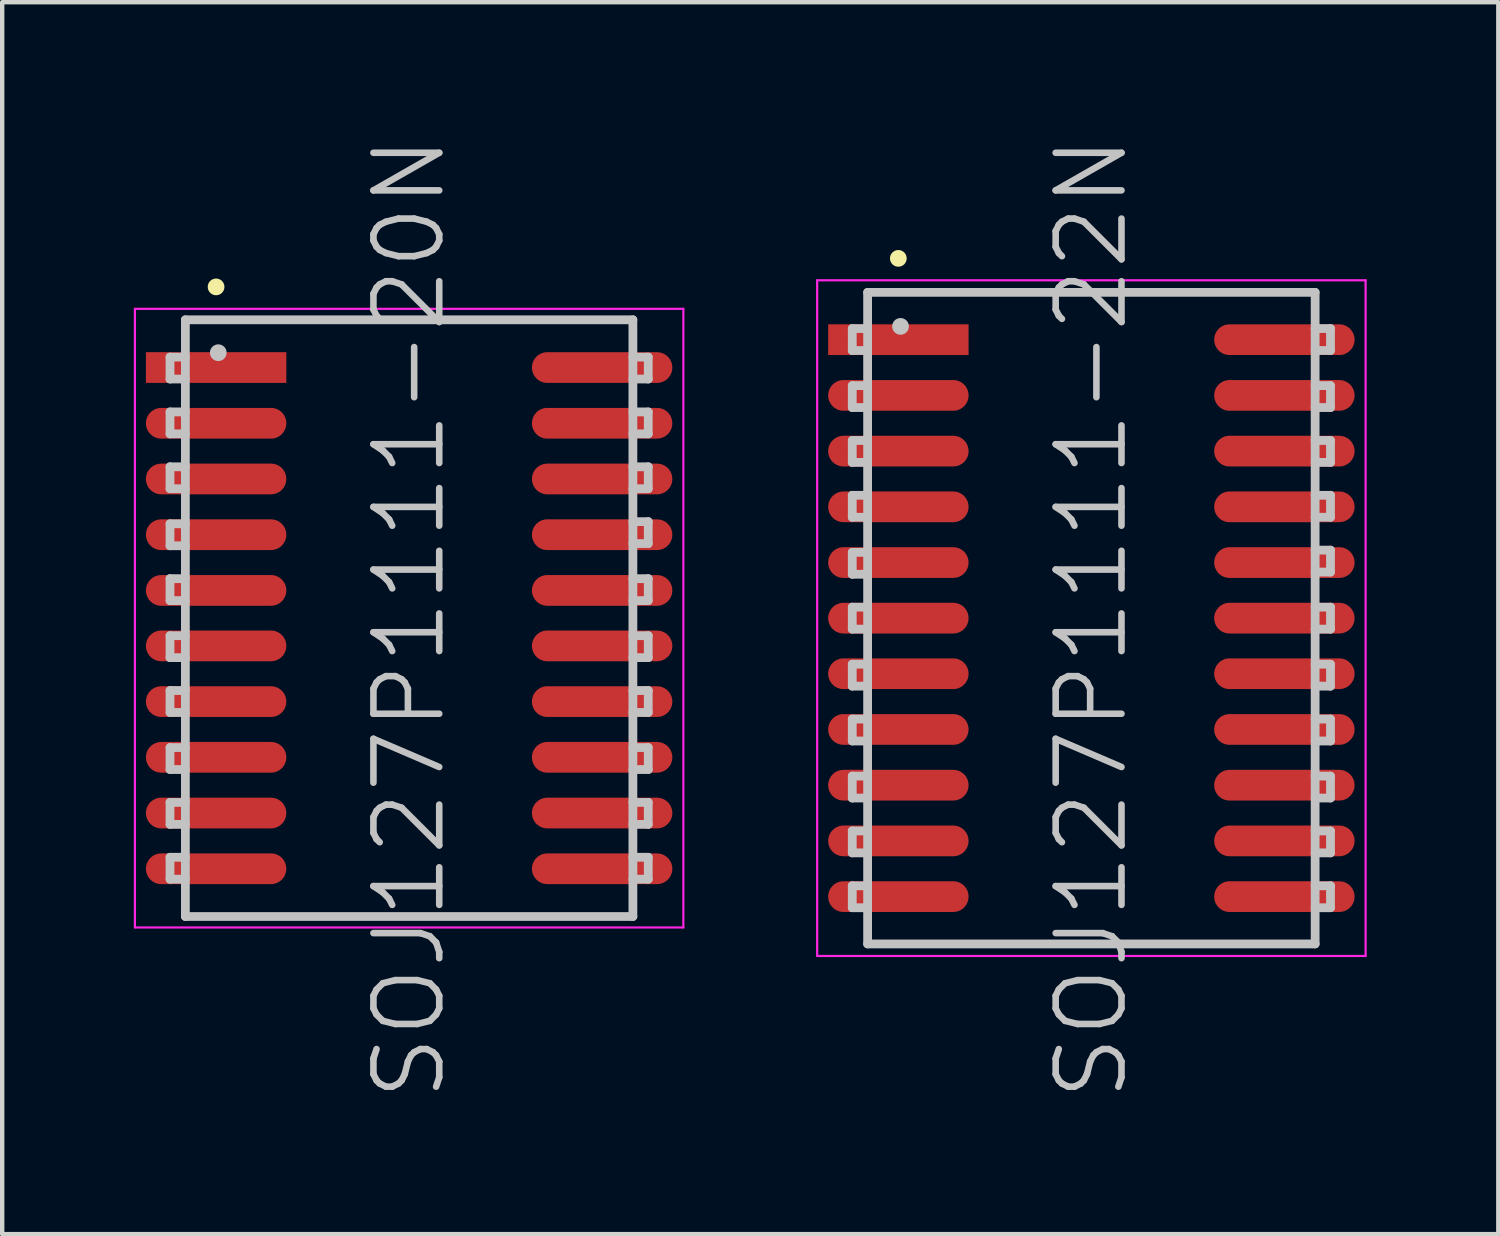
<source format=kicad_pcb>
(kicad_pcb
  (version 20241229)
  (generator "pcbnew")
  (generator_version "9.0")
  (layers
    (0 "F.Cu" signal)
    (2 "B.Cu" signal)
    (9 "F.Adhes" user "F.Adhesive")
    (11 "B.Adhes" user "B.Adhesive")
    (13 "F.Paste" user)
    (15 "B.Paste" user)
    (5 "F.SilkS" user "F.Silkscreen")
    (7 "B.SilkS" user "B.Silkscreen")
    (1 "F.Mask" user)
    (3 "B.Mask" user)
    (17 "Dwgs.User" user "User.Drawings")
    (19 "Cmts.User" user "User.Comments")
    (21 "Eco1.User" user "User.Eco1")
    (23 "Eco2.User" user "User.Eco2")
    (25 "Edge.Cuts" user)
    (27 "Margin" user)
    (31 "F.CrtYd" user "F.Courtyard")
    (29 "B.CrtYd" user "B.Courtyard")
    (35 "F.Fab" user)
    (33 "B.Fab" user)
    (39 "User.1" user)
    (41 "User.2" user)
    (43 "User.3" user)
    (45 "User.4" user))
  (footprint "SOJ127P1111-20N"
    (layer "F.Cu")
    (at 6.275 11.039)
    (property "Reference" "SOJ127P1111-20N" (at 0 0 90) (layer "Dwgs.User") (effects (font (size 1.5 1.5) (thickness 0.15))))
    (attr smd)
    (fp_line (start -4.4 -7.55) (end -4.4 -7.55) (stroke (width 0.381) (type solid)) (layer "F.SilkS"))
    (fp_line (start -5.45 -5.95) (end -5.45 -5.45) (stroke (width 0.2) (type solid)) (layer "Dwgs.User"))
    (fp_line (start -5.45 -5.45) (end -5.1 -5.45) (stroke (width 0.2) (type solid)) (layer "Dwgs.User"))
    (fp_line (start -5.45 -4.7) (end -5.45 -4.2) (stroke (width 0.2) (type solid)) (layer "Dwgs.User"))
    (fp_line (start -5.45 -4.2) (end -5.1 -4.2) (stroke (width 0.2) (type solid)) (layer "Dwgs.User"))
    (fp_line (start -5.45 -3.45) (end -5.45 -2.95) (stroke (width 0.2) (type solid)) (layer "Dwgs.User"))
    (fp_line (start -5.45 -2.95) (end -5.1 -2.95) (stroke (width 0.2) (type solid)) (layer "Dwgs.User"))
    (fp_line (start -5.45 -2.15) (end -5.45 -1.65) (stroke (width 0.2) (type solid)) (layer "Dwgs.User"))
    (fp_line (start -5.45 -1.65) (end -5.1 -1.65) (stroke (width 0.2) (type solid)) (layer "Dwgs.User"))
    (fp_line (start -5.45 -0.9) (end -5.45 -0.4) (stroke (width 0.2) (type solid)) (layer "Dwgs.User"))
    (fp_line (start -5.45 -0.4) (end -5.1 -0.4) (stroke (width 0.2) (type solid)) (layer "Dwgs.User"))
    (fp_line (start -5.45 0.4) (end -5.45 0.9) (stroke (width 0.2) (type solid)) (layer "Dwgs.User"))
    (fp_line (start -5.45 0.9) (end -5.1 0.9) (stroke (width 0.2) (type solid)) (layer "Dwgs.User"))
    (fp_line (start -5.45 1.65) (end -5.45 2.15) (stroke (width 0.2) (type solid)) (layer "Dwgs.User"))
    (fp_line (start -5.45 2.15) (end -5.1 2.15) (stroke (width 0.2) (type solid)) (layer "Dwgs.User"))
    (fp_line (start -5.45 2.95) (end -5.45 3.45) (stroke (width 0.2) (type solid)) (layer "Dwgs.User"))
    (fp_line (start -5.45 3.45) (end -5.1 3.45) (stroke (width 0.2) (type solid)) (layer "Dwgs.User"))
    (fp_line (start -5.45 4.2) (end -5.45 4.7) (stroke (width 0.2) (type solid)) (layer "Dwgs.User"))
    (fp_line (start -5.45 4.7) (end -5.1 4.7) (stroke (width 0.2) (type solid)) (layer "Dwgs.User"))
    (fp_line (start -5.45 5.45) (end -5.45 5.95) (stroke (width 0.2) (type solid)) (layer "Dwgs.User"))
    (fp_line (start -5.45 5.95) (end -5.1 5.95) (stroke (width 0.2) (type solid)) (layer "Dwgs.User"))
    (fp_line (start -5.1 -6.8) (end -5.1 6.8) (stroke (width 0.2) (type solid)) (layer "Dwgs.User"))
    (fp_line (start -5.1 -6.8) (end 5.1 -6.8) (stroke (width 0.2) (type solid)) (layer "Dwgs.User"))
    (fp_line (start -5.1 -5.95) (end -5.45 -5.95) (stroke (width 0.2) (type solid)) (layer "Dwgs.User"))
    (fp_line (start -5.1 -4.7) (end -5.45 -4.7) (stroke (width 0.2) (type solid)) (layer "Dwgs.User"))
    (fp_line (start -5.1 -3.45) (end -5.45 -3.45) (stroke (width 0.2) (type solid)) (layer "Dwgs.User"))
    (fp_line (start -5.1 -2.15) (end -5.45 -2.15) (stroke (width 0.2) (type solid)) (layer "Dwgs.User"))
    (fp_line (start -5.1 -0.9) (end -5.45 -0.9) (stroke (width 0.2) (type solid)) (layer "Dwgs.User"))
    (fp_line (start -5.1 0.4) (end -5.45 0.4) (stroke (width 0.2) (type solid)) (layer "Dwgs.User"))
    (fp_line (start -5.1 1.65) (end -5.45 1.65) (stroke (width 0.2) (type solid)) (layer "Dwgs.User"))
    (fp_line (start -5.1 2.95) (end -5.45 2.95) (stroke (width 0.2) (type solid)) (layer "Dwgs.User"))
    (fp_line (start -5.1 4.2) (end -5.45 4.2) (stroke (width 0.2) (type solid)) (layer "Dwgs.User"))
    (fp_line (start -5.1 5.45) (end -5.45 5.45) (stroke (width 0.2) (type solid)) (layer "Dwgs.User"))
    (fp_line (start -5.1 6.8) (end 5.1 6.8) (stroke (width 0.2) (type solid)) (layer "Dwgs.User"))
    (fp_line (start -4.35 -6.05) (end -4.35 -6.05) (stroke (width 0.381) (type solid)) (layer "Dwgs.User"))
    (fp_line (start 5.1 -6.8) (end 5.1 6.8) (stroke (width 0.2) (type solid)) (layer "Dwgs.User"))
    (fp_line (start 5.1 -5.95) (end 5.45 -5.95) (stroke (width 0.2) (type solid)) (layer "Dwgs.User"))
    (fp_line (start 5.1 -4.7) (end 5.45 -4.7) (stroke (width 0.2) (type solid)) (layer "Dwgs.User"))
    (fp_line (start 5.1 -3.45) (end 5.45 -3.45) (stroke (width 0.2) (type solid)) (layer "Dwgs.User"))
    (fp_line (start 5.1 -2.2) (end 5.45 -2.2) (stroke (width 0.2) (type solid)) (layer "Dwgs.User"))
    (fp_line (start 5.1 -0.9) (end 5.45 -0.9) (stroke (width 0.2) (type solid)) (layer "Dwgs.User"))
    (fp_line (start 5.1 0.4) (end 5.45 0.4) (stroke (width 0.2) (type solid)) (layer "Dwgs.User"))
    (fp_line (start 5.1 1.65) (end 5.45 1.65) (stroke (width 0.2) (type solid)) (layer "Dwgs.User"))
    (fp_line (start 5.1 2.95) (end 5.45 2.95) (stroke (width 0.2) (type solid)) (layer "Dwgs.User"))
    (fp_line (start 5.1 4.2) (end 5.45 4.2) (stroke (width 0.2) (type solid)) (layer "Dwgs.User"))
    (fp_line (start 5.1 5.45) (end 5.45 5.45) (stroke (width 0.2) (type solid)) (layer "Dwgs.User"))
    (fp_line (start 5.45 -5.95) (end 5.45 -5.45) (stroke (width 0.2) (type solid)) (layer "Dwgs.User"))
    (fp_line (start 5.45 -5.45) (end 5.1 -5.45) (stroke (width 0.2) (type solid)) (layer "Dwgs.User"))
    (fp_line (start 5.45 -4.7) (end 5.45 -4.2) (stroke (width 0.2) (type solid)) (layer "Dwgs.User"))
    (fp_line (start 5.45 -4.2) (end 5.1 -4.2) (stroke (width 0.2) (type solid)) (layer "Dwgs.User"))
    (fp_line (start 5.45 -3.45) (end 5.45 -2.95) (stroke (width 0.2) (type solid)) (layer "Dwgs.User"))
    (fp_line (start 5.45 -2.95) (end 5.1 -2.95) (stroke (width 0.2) (type solid)) (layer "Dwgs.User"))
    (fp_line (start 5.45 -2.2) (end 5.45 -1.7) (stroke (width 0.2) (type solid)) (layer "Dwgs.User"))
    (fp_line (start 5.45 -1.7) (end 5.1 -1.7) (stroke (width 0.2) (type solid)) (layer "Dwgs.User"))
    (fp_line (start 5.45 -0.9) (end 5.45 -0.4) (stroke (width 0.2) (type solid)) (layer "Dwgs.User"))
    (fp_line (start 5.45 -0.4) (end 5.1 -0.4) (stroke (width 0.2) (type solid)) (layer "Dwgs.User"))
    (fp_line (start 5.45 0.4) (end 5.45 0.9) (stroke (width 0.2) (type solid)) (layer "Dwgs.User"))
    (fp_line (start 5.45 0.9) (end 5.1 0.9) (stroke (width 0.2) (type solid)) (layer "Dwgs.User"))
    (fp_line (start 5.45 1.65) (end 5.45 2.15) (stroke (width 0.2) (type solid)) (layer "Dwgs.User"))
    (fp_line (start 5.45 2.15) (end 5.1 2.15) (stroke (width 0.2) (type solid)) (layer "Dwgs.User"))
    (fp_line (start 5.45 2.95) (end 5.45 3.45) (stroke (width 0.2) (type solid)) (layer "Dwgs.User"))
    (fp_line (start 5.45 3.45) (end 5.1 3.45) (stroke (width 0.2) (type solid)) (layer "Dwgs.User"))
    (fp_line (start 5.45 4.2) (end 5.45 4.7) (stroke (width 0.2) (type solid)) (layer "Dwgs.User"))
    (fp_line (start 5.45 4.7) (end 5.1 4.7) (stroke (width 0.2) (type solid)) (layer "Dwgs.User"))
    (fp_line (start 5.45 5.45) (end 5.45 5.95) (stroke (width 0.2) (type solid)) (layer "Dwgs.User"))
    (fp_line (start 5.45 5.95) (end 5.1 5.95) (stroke (width 0.2) (type solid)) (layer "Dwgs.User"))
    (fp_line (start -6.25 -7.05) (end -6.25 7.05) (stroke (width 0.05) (type solid)) (layer "F.CrtYd"))
    (fp_line (start -6.25 -7.05) (end 6.25 -7.05) (stroke (width 0.05) (type solid)) (layer "F.CrtYd"))
    (fp_line (start -6.25 7.05) (end 6.25 7.05) (stroke (width 0.05) (type solid)) (layer "F.CrtYd"))
    (fp_line (start 6.25 -7.05) (end 6.25 7.05) (stroke (width 0.05) (type solid)) (layer "F.CrtYd"))
    (pad "1" smd rect (at -4.399 -5.712 90) (size 0.7 3.2) (layers "F.Cu" "F.Mask" "F.Paste"))
    (pad "2" smd oval (at -4.399 -4.442 90) (size 0.7 3.2) (layers "F.Cu" "F.Mask" "F.Paste"))
    (pad "3" smd oval (at -4.399 -3.172 90) (size 0.7 3.2) (layers "F.Cu" "F.Mask" "F.Paste"))
    (pad "4" smd oval (at -4.399 -1.902 90) (size 0.7 3.2) (layers "F.Cu" "F.Mask" "F.Paste"))
    (pad "5" smd oval (at -4.399 -0.632 90) (size 0.7 3.2) (layers "F.Cu" "F.Mask" "F.Paste"))
    (pad "6" smd oval (at -4.399 0.632 90) (size 0.7 3.2) (layers "F.Cu" "F.Mask" "F.Paste"))
    (pad "7" smd oval (at -4.399 1.902 90) (size 0.7 3.2) (layers "F.Cu" "F.Mask" "F.Paste"))
    (pad "8" smd oval (at -4.399 3.172 90) (size 0.7 3.2) (layers "F.Cu" "F.Mask" "F.Paste"))
    (pad "9" smd oval (at -4.399 4.442 90) (size 0.7 3.2) (layers "F.Cu" "F.Mask" "F.Paste"))
    (pad "10" smd oval (at -4.399 5.712 90) (size 0.7 3.2) (layers "F.Cu" "F.Mask" "F.Paste"))
    (pad "11" smd oval (at 4.399 5.712 270) (size 0.7 3.2) (layers "F.Cu" "F.Mask" "F.Paste"))
    (pad "12" smd oval (at 4.399 4.442 270) (size 0.7 3.2) (layers "F.Cu" "F.Mask" "F.Paste"))
    (pad "13" smd oval (at 4.399 3.172 270) (size 0.7 3.2) (layers "F.Cu" "F.Mask" "F.Paste"))
    (pad "14" smd oval (at 4.399 1.902 270) (size 0.7 3.2) (layers "F.Cu" "F.Mask" "F.Paste"))
    (pad "15" smd oval (at 4.399 0.632 270) (size 0.7 3.2) (layers "F.Cu" "F.Mask" "F.Paste"))
    (pad "16" smd oval (at 4.399 -0.632 270) (size 0.7 3.2) (layers "F.Cu" "F.Mask" "F.Paste"))
    (pad "17" smd oval (at 4.399 -1.902 270) (size 0.7 3.2) (layers "F.Cu" "F.Mask" "F.Paste"))
    (pad "18" smd oval (at 4.399 -3.172 270) (size 0.7 3.2) (layers "F.Cu" "F.Mask" "F.Paste"))
    (pad "19" smd oval (at 4.399 -4.442 270) (size 0.7 3.2) (layers "F.Cu" "F.Mask" "F.Paste"))
    (pad "20" smd oval (at 4.399 -5.712 270) (size 0.7 3.2) (layers "F.Cu" "F.Mask" "F.Paste")))
  (footprint "SOJ127P1111-22N"
    (layer "F.Cu")
    (at 21.825 11.039)
    (property "Reference" "SOJ127P1111-22N" (at 0 0 90) (layer "Dwgs.User") (effects (font (size 1.5 1.5) (thickness 0.15))))
    (attr smd)
    (fp_line (start -4.4 -8.2) (end -4.4 -8.2) (stroke (width 0.381) (type solid)) (layer "F.SilkS"))
    (fp_line (start -5.45 -6.6) (end -5.45 -6.1) (stroke (width 0.2) (type solid)) (layer "Dwgs.User"))
    (fp_line (start -5.45 -6.1) (end -5.1 -6.1) (stroke (width 0.2) (type solid)) (layer "Dwgs.User"))
    (fp_line (start -5.45 -5.3) (end -5.45 -4.8) (stroke (width 0.2) (type solid)) (layer "Dwgs.User"))
    (fp_line (start -5.45 -4.8) (end -5.1 -4.8) (stroke (width 0.2) (type solid)) (layer "Dwgs.User"))
    (fp_line (start -5.45 -4.05) (end -5.45 -3.55) (stroke (width 0.2) (type solid)) (layer "Dwgs.User"))
    (fp_line (start -5.45 -3.55) (end -5.1 -3.55) (stroke (width 0.2) (type solid)) (layer "Dwgs.User"))
    (fp_line (start -5.45 -2.8) (end -5.45 -2.3) (stroke (width 0.2) (type solid)) (layer "Dwgs.User"))
    (fp_line (start -5.45 -2.3) (end -5.1 -2.3) (stroke (width 0.2) (type solid)) (layer "Dwgs.User"))
    (fp_line (start -5.45 -1.5) (end -5.45 -1) (stroke (width 0.2) (type solid)) (layer "Dwgs.User"))
    (fp_line (start -5.45 -1) (end -5.1 -1) (stroke (width 0.2) (type solid)) (layer "Dwgs.User"))
    (fp_line (start -5.45 -0.25) (end -5.45 0.25) (stroke (width 0.2) (type solid)) (layer "Dwgs.User"))
    (fp_line (start -5.45 0.25) (end -5.1 0.25) (stroke (width 0.2) (type solid)) (layer "Dwgs.User"))
    (fp_line (start -5.45 1.05) (end -5.45 1.55) (stroke (width 0.2) (type solid)) (layer "Dwgs.User"))
    (fp_line (start -5.45 1.55) (end -5.1 1.55) (stroke (width 0.2) (type solid)) (layer "Dwgs.User"))
    (fp_line (start -5.45 2.3) (end -5.45 2.8) (stroke (width 0.2) (type solid)) (layer "Dwgs.User"))
    (fp_line (start -5.45 2.8) (end -5.1 2.8) (stroke (width 0.2) (type solid)) (layer "Dwgs.User"))
    (fp_line (start -5.45 3.6) (end -5.45 4.1) (stroke (width 0.2) (type solid)) (layer "Dwgs.User"))
    (fp_line (start -5.45 4.1) (end -5.1 4.1) (stroke (width 0.2) (type solid)) (layer "Dwgs.User"))
    (fp_line (start -5.45 4.85) (end -5.45 5.35) (stroke (width 0.2) (type solid)) (layer "Dwgs.User"))
    (fp_line (start -5.45 5.35) (end -5.1 5.35) (stroke (width 0.2) (type solid)) (layer "Dwgs.User"))
    (fp_line (start -5.45 6.1) (end -5.45 6.6) (stroke (width 0.2) (type solid)) (layer "Dwgs.User"))
    (fp_line (start -5.45 6.6) (end -5.1 6.6) (stroke (width 0.2) (type solid)) (layer "Dwgs.User"))
    (fp_line (start -5.1 -7.425) (end -5.1 7.425) (stroke (width 0.2) (type solid)) (layer "Dwgs.User"))
    (fp_line (start -5.1 -7.425) (end 5.1 -7.425) (stroke (width 0.2) (type solid)) (layer "Dwgs.User"))
    (fp_line (start -5.1 -6.6) (end -5.45 -6.6) (stroke (width 0.2) (type solid)) (layer "Dwgs.User"))
    (fp_line (start -5.1 -5.3) (end -5.45 -5.3) (stroke (width 0.2) (type solid)) (layer "Dwgs.User"))
    (fp_line (start -5.1 -4.05) (end -5.45 -4.05) (stroke (width 0.2) (type solid)) (layer "Dwgs.User"))
    (fp_line (start -5.1 -2.8) (end -5.45 -2.8) (stroke (width 0.2) (type solid)) (layer "Dwgs.User"))
    (fp_line (start -5.1 -1.5) (end -5.45 -1.5) (stroke (width 0.2) (type solid)) (layer "Dwgs.User"))
    (fp_line (start -5.1 -0.25) (end -5.45 -0.25) (stroke (width 0.2) (type solid)) (layer "Dwgs.User"))
    (fp_line (start -5.1 1.05) (end -5.45 1.05) (stroke (width 0.2) (type solid)) (layer "Dwgs.User"))
    (fp_line (start -5.1 2.3) (end -5.45 2.3) (stroke (width 0.2) (type solid)) (layer "Dwgs.User"))
    (fp_line (start -5.1 3.6) (end -5.45 3.6) (stroke (width 0.2) (type solid)) (layer "Dwgs.User"))
    (fp_line (start -5.1 4.85) (end -5.45 4.85) (stroke (width 0.2) (type solid)) (layer "Dwgs.User"))
    (fp_line (start -5.1 6.1) (end -5.45 6.1) (stroke (width 0.2) (type solid)) (layer "Dwgs.User"))
    (fp_line (start -5.1 7.425) (end 5.1 7.425) (stroke (width 0.2) (type solid)) (layer "Dwgs.User"))
    (fp_line (start -4.35 -6.65) (end -4.35 -6.65) (stroke (width 0.381) (type solid)) (layer "Dwgs.User"))
    (fp_line (start 5.1 -7.425) (end 5.1 7.425) (stroke (width 0.2) (type solid)) (layer "Dwgs.User"))
    (fp_line (start 5.1 -6.6) (end 5.45 -6.6) (stroke (width 0.2) (type solid)) (layer "Dwgs.User"))
    (fp_line (start 5.1 -5.3) (end 5.45 -5.3) (stroke (width 0.2) (type solid)) (layer "Dwgs.User"))
    (fp_line (start 5.1 -4.05) (end 5.45 -4.05) (stroke (width 0.2) (type solid)) (layer "Dwgs.User"))
    (fp_line (start 5.1 -2.8) (end 5.45 -2.8) (stroke (width 0.2) (type solid)) (layer "Dwgs.User"))
    (fp_line (start 5.1 -1.55) (end 5.45 -1.55) (stroke (width 0.2) (type solid)) (layer "Dwgs.User"))
    (fp_line (start 5.1 -0.25) (end 5.45 -0.25) (stroke (width 0.2) (type solid)) (layer "Dwgs.User"))
    (fp_line (start 5.1 1.05) (end 5.45 1.05) (stroke (width 0.2) (type solid)) (layer "Dwgs.User"))
    (fp_line (start 5.1 2.3) (end 5.45 2.3) (stroke (width 0.2) (type solid)) (layer "Dwgs.User"))
    (fp_line (start 5.1 3.6) (end 5.45 3.6) (stroke (width 0.2) (type solid)) (layer "Dwgs.User"))
    (fp_line (start 5.1 4.85) (end 5.45 4.85) (stroke (width 0.2) (type solid)) (layer "Dwgs.User"))
    (fp_line (start 5.1 6.1) (end 5.45 6.1) (stroke (width 0.2) (type solid)) (layer "Dwgs.User"))
    (fp_line (start 5.45 -6.6) (end 5.45 -6.1) (stroke (width 0.2) (type solid)) (layer "Dwgs.User"))
    (fp_line (start 5.45 -6.1) (end 5.1 -6.1) (stroke (width 0.2) (type solid)) (layer "Dwgs.User"))
    (fp_line (start 5.45 -5.3) (end 5.45 -4.8) (stroke (width 0.2) (type solid)) (layer "Dwgs.User"))
    (fp_line (start 5.45 -4.8) (end 5.1 -4.8) (stroke (width 0.2) (type solid)) (layer "Dwgs.User"))
    (fp_line (start 5.45 -4.05) (end 5.45 -3.55) (stroke (width 0.2) (type solid)) (layer "Dwgs.User"))
    (fp_line (start 5.45 -3.55) (end 5.1 -3.55) (stroke (width 0.2) (type solid)) (layer "Dwgs.User"))
    (fp_line (start 5.45 -2.8) (end 5.45 -2.3) (stroke (width 0.2) (type solid)) (layer "Dwgs.User"))
    (fp_line (start 5.45 -2.3) (end 5.1 -2.3) (stroke (width 0.2) (type solid)) (layer "Dwgs.User"))
    (fp_line (start 5.45 -1.55) (end 5.45 -1.05) (stroke (width 0.2) (type solid)) (layer "Dwgs.User"))
    (fp_line (start 5.45 -1.05) (end 5.1 -1.05) (stroke (width 0.2) (type solid)) (layer "Dwgs.User"))
    (fp_line (start 5.45 -0.25) (end 5.45 0.25) (stroke (width 0.2) (type solid)) (layer "Dwgs.User"))
    (fp_line (start 5.45 0.25) (end 5.1 0.25) (stroke (width 0.2) (type solid)) (layer "Dwgs.User"))
    (fp_line (start 5.45 1.05) (end 5.45 1.55) (stroke (width 0.2) (type solid)) (layer "Dwgs.User"))
    (fp_line (start 5.45 1.55) (end 5.1 1.55) (stroke (width 0.2) (type solid)) (layer "Dwgs.User"))
    (fp_line (start 5.45 2.3) (end 5.45 2.8) (stroke (width 0.2) (type solid)) (layer "Dwgs.User"))
    (fp_line (start 5.45 2.8) (end 5.1 2.8) (stroke (width 0.2) (type solid)) (layer "Dwgs.User"))
    (fp_line (start 5.45 3.6) (end 5.45 4.1) (stroke (width 0.2) (type solid)) (layer "Dwgs.User"))
    (fp_line (start 5.45 4.1) (end 5.1 4.1) (stroke (width 0.2) (type solid)) (layer "Dwgs.User"))
    (fp_line (start 5.45 4.85) (end 5.45 5.35) (stroke (width 0.2) (type solid)) (layer "Dwgs.User"))
    (fp_line (start 5.45 5.35) (end 5.1 5.35) (stroke (width 0.2) (type solid)) (layer "Dwgs.User"))
    (fp_line (start 5.45 6.1) (end 5.45 6.6) (stroke (width 0.2) (type solid)) (layer "Dwgs.User"))
    (fp_line (start 5.45 6.6) (end 5.1 6.6) (stroke (width 0.2) (type solid)) (layer "Dwgs.User"))
    (fp_line (start -6.25 -7.7) (end -6.25 7.7) (stroke (width 0.05) (type solid)) (layer "F.CrtYd"))
    (fp_line (start -6.25 -7.7) (end 6.25 -7.7) (stroke (width 0.05) (type solid)) (layer "F.CrtYd"))
    (fp_line (start -6.25 7.7) (end 6.25 7.7) (stroke (width 0.05) (type solid)) (layer "F.CrtYd"))
    (fp_line (start 6.25 -7.7) (end 6.25 7.7) (stroke (width 0.05) (type solid)) (layer "F.CrtYd"))
    (pad "1" smd rect (at -4.399 -6.347 90) (size 0.7 3.2) (layers "F.Cu" "F.Mask" "F.Paste"))
    (pad "2" smd oval (at -4.399 -5.077 90) (size 0.7 3.2) (layers "F.Cu" "F.Mask" "F.Paste"))
    (pad "3" smd oval (at -4.399 -3.807 90) (size 0.7 3.2) (layers "F.Cu" "F.Mask" "F.Paste"))
    (pad "4" smd oval (at -4.399 -2.537 90) (size 0.7 3.2) (layers "F.Cu" "F.Mask" "F.Paste"))
    (pad "5" smd oval (at -4.399 -1.267 90) (size 0.7 3.2) (layers "F.Cu" "F.Mask" "F.Paste"))
    (pad "6" smd oval (at -4.399 0 90) (size 0.7 3.2) (layers "F.Cu" "F.Mask" "F.Paste"))
    (pad "7" smd oval (at -4.399 1.267 90) (size 0.7 3.2) (layers "F.Cu" "F.Mask" "F.Paste"))
    (pad "8" smd oval (at -4.399 2.537 90) (size 0.7 3.2) (layers "F.Cu" "F.Mask" "F.Paste"))
    (pad "9" smd oval (at -4.399 3.807 90) (size 0.7 3.2) (layers "F.Cu" "F.Mask" "F.Paste"))
    (pad "10" smd oval (at -4.399 5.077 90) (size 0.7 3.2) (layers "F.Cu" "F.Mask" "F.Paste"))
    (pad "11" smd oval (at -4.399 6.347 90) (size 0.7 3.2) (layers "F.Cu" "F.Mask" "F.Paste"))
    (pad "12" smd oval (at 4.399 6.347 270) (size 0.7 3.2) (layers "F.Cu" "F.Mask" "F.Paste"))
    (pad "13" smd oval (at 4.399 5.077 270) (size 0.7 3.2) (layers "F.Cu" "F.Mask" "F.Paste"))
    (pad "14" smd oval (at 4.399 3.807 270) (size 0.7 3.2) (layers "F.Cu" "F.Mask" "F.Paste"))
    (pad "15" smd oval (at 4.399 2.537 270) (size 0.7 3.2) (layers "F.Cu" "F.Mask" "F.Paste"))
    (pad "16" smd oval (at 4.399 1.267 270) (size 0.7 3.2) (layers "F.Cu" "F.Mask" "F.Paste"))
    (pad "17" smd oval (at 4.399 0 270) (size 0.7 3.2) (layers "F.Cu" "F.Mask" "F.Paste"))
    (pad "18" smd oval (at 4.399 -1.267 270) (size 0.7 3.2) (layers "F.Cu" "F.Mask" "F.Paste"))
    (pad "19" smd oval (at 4.399 -2.537 270) (size 0.7 3.2) (layers "F.Cu" "F.Mask" "F.Paste"))
    (pad "20" smd oval (at 4.399 -3.807 270) (size 0.7 3.2) (layers "F.Cu" "F.Mask" "F.Paste"))
    (pad "21" smd oval (at 4.399 -5.077 270) (size 0.7 3.2) (layers "F.Cu" "F.Mask" "F.Paste"))
    (pad "22" smd oval (at 4.399 -6.347 270) (size 0.7 3.2) (layers "F.Cu" "F.Mask" "F.Paste")))
  (gr_rect
    (start -3 -3)
    (end 31.1 25.079)
    (stroke (width 0.1) (type default))
    (fill no)
    (layer "Edge.Cuts")))
</source>
